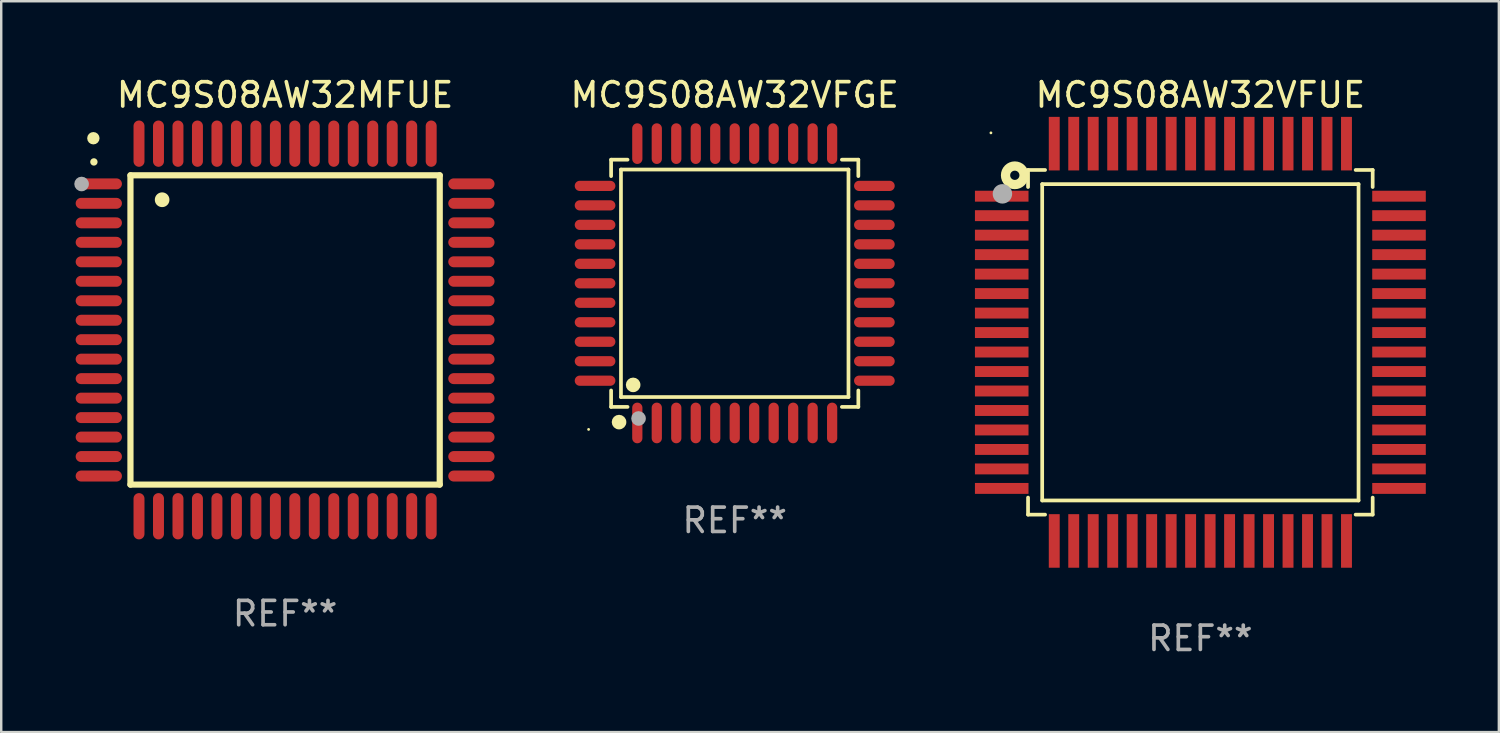
<source format=kicad_pcb>
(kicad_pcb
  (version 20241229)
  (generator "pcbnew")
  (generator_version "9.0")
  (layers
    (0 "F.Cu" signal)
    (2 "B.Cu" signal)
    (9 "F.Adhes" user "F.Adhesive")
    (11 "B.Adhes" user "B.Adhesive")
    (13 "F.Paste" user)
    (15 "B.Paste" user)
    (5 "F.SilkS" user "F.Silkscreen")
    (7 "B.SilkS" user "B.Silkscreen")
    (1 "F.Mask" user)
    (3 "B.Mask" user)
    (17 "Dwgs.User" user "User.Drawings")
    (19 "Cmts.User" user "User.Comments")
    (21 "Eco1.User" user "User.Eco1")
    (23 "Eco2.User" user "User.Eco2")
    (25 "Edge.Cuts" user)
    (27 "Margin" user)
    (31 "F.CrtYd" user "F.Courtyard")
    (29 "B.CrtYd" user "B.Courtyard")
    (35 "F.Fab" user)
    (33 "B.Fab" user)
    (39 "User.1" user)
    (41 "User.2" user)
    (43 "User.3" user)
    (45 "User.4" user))
  (footprint "MC9S08AW32VFUE"
    (layer "F.Cu")
    (at 46.241 11.006)
    (property "Reference" "MC9S08AW32VFUE" (at 0 -10.157 0) (layer "F.SilkS") (effects (font (size 1 1) (thickness 0.15))))
    (attr through_hole)
    (fp_line (start -7.076 -7.076) (end -6.376 -7.076) (stroke (width 0.152) (type solid)) (layer "F.SilkS"))
    (fp_line (start -7.076 -6.376) (end -7.076 -7.076) (stroke (width 0.152) (type solid)) (layer "F.SilkS"))
    (fp_line (start -7.076 6.376) (end -7.076 7.076) (stroke (width 0.152) (type solid)) (layer "F.SilkS"))
    (fp_line (start -7.076 7.076) (end -6.376 7.076) (stroke (width 0.152) (type solid)) (layer "F.SilkS"))
    (fp_line (start -6.495 -6.495) (end 6.495 -6.495) (stroke (width 0.152) (type solid)) (layer "F.SilkS"))
    (fp_line (start -6.495 6.495) (end -6.495 -6.495) (stroke (width 0.152) (type solid)) (layer "F.SilkS"))
    (fp_line (start 6.495 -6.495) (end 6.495 6.495) (stroke (width 0.152) (type solid)) (layer "F.SilkS"))
    (fp_line (start 6.495 6.495) (end -6.495 6.495) (stroke (width 0.152) (type solid)) (layer "F.SilkS"))
    (fp_line (start 7.076 -7.076) (end 6.376 -7.076) (stroke (width 0.152) (type solid)) (layer "F.SilkS"))
    (fp_line (start 7.076 -6.376) (end 7.076 -7.076) (stroke (width 0.152) (type solid)) (layer "F.SilkS"))
    (fp_line (start 7.076 6.376) (end 7.076 7.076) (stroke (width 0.152) (type solid)) (layer "F.SilkS"))
    (fp_line (start 7.076 7.076) (end 6.376 7.076) (stroke (width 0.152) (type solid)) (layer "F.SilkS"))
    (fp_circle (center -8.6 -8.6) (end -8.57 -8.6) (stroke (width 0.06) (type solid)) (fill no) (layer "F.SilkS"))
    (fp_circle (center -7.62 -6.858) (end -7.43 -6.858) (stroke (width 0.381) (type solid)) (fill no) (layer "F.SilkS"))
    (fp_circle (center -8.128 -6.096) (end -7.928 -6.096) (stroke (width 0.4) (type solid)) (fill no) (layer "F.Fab"))
    (fp_text user "REF**" (at 0 12.157 0) (layer "F.Fab") (effects (font (size 1 1) (thickness 0.15))))
    (pad "1" smd rect (at -8.157 -6) (size 2.2 0.448) (layers "F.Cu" "F.Mask" "F.Paste"))
    (pad "2" smd rect (at -8.157 -5.2) (size 2.2 0.448) (layers "F.Cu" "F.Mask" "F.Paste"))
    (pad "3" smd rect (at -8.157 -4.4) (size 2.2 0.448) (layers "F.Cu" "F.Mask" "F.Paste"))
    (pad "4" smd rect (at -8.157 -3.6) (size 2.2 0.448) (layers "F.Cu" "F.Mask" "F.Paste"))
    (pad "5" smd rect (at -8.157 -2.8) (size 2.2 0.448) (layers "F.Cu" "F.Mask" "F.Paste"))
    (pad "6" smd rect (at -8.157 -2) (size 2.2 0.448) (layers "F.Cu" "F.Mask" "F.Paste"))
    (pad "7" smd rect (at -8.157 -1.2) (size 2.2 0.448) (layers "F.Cu" "F.Mask" "F.Paste"))
    (pad "8" smd rect (at -8.157 -0.4) (size 2.2 0.448) (layers "F.Cu" "F.Mask" "F.Paste"))
    (pad "9" smd rect (at -8.157 0.4) (size 2.2 0.448) (layers "F.Cu" "F.Mask" "F.Paste"))
    (pad "10" smd rect (at -8.157 1.2) (size 2.2 0.448) (layers "F.Cu" "F.Mask" "F.Paste"))
    (pad "11" smd rect (at -8.157 2) (size 2.2 0.448) (layers "F.Cu" "F.Mask" "F.Paste"))
    (pad "12" smd rect (at -8.157 2.8) (size 2.2 0.448) (layers "F.Cu" "F.Mask" "F.Paste"))
    (pad "13" smd rect (at -8.157 3.6) (size 2.2 0.448) (layers "F.Cu" "F.Mask" "F.Paste"))
    (pad "14" smd rect (at -8.157 4.4) (size 2.2 0.448) (layers "F.Cu" "F.Mask" "F.Paste"))
    (pad "15" smd rect (at -8.157 5.2) (size 2.2 0.448) (layers "F.Cu" "F.Mask" "F.Paste"))
    (pad "16" smd rect (at -8.157 6) (size 2.2 0.448) (layers "F.Cu" "F.Mask" "F.Paste"))
    (pad "17" smd rect (at -6 8.157) (size 0.448 2.2) (layers "F.Cu" "F.Mask" "F.Paste"))
    (pad "18" smd rect (at -5.2 8.157) (size 0.448 2.2) (layers "F.Cu" "F.Mask" "F.Paste"))
    (pad "19" smd rect (at -4.4 8.157) (size 0.448 2.2) (layers "F.Cu" "F.Mask" "F.Paste"))
    (pad "20" smd rect (at -3.6 8.157) (size 0.448 2.2) (layers "F.Cu" "F.Mask" "F.Paste"))
    (pad "21" smd rect (at -2.8 8.157) (size 0.448 2.2) (layers "F.Cu" "F.Mask" "F.Paste"))
    (pad "22" smd rect (at -2 8.157) (size 0.448 2.2) (layers "F.Cu" "F.Mask" "F.Paste"))
    (pad "23" smd rect (at -1.2 8.157) (size 0.448 2.2) (layers "F.Cu" "F.Mask" "F.Paste"))
    (pad "24" smd rect (at -0.4 8.157) (size 0.448 2.2) (layers "F.Cu" "F.Mask" "F.Paste"))
    (pad "25" smd rect (at 0.4 8.157) (size 0.448 2.2) (layers "F.Cu" "F.Mask" "F.Paste"))
    (pad "26" smd rect (at 1.2 8.157) (size 0.448 2.2) (layers "F.Cu" "F.Mask" "F.Paste"))
    (pad "27" smd rect (at 2 8.157) (size 0.448 2.2) (layers "F.Cu" "F.Mask" "F.Paste"))
    (pad "28" smd rect (at 2.8 8.157) (size 0.448 2.2) (layers "F.Cu" "F.Mask" "F.Paste"))
    (pad "29" smd rect (at 3.6 8.157) (size 0.448 2.2) (layers "F.Cu" "F.Mask" "F.Paste"))
    (pad "30" smd rect (at 4.4 8.157) (size 0.448 2.2) (layers "F.Cu" "F.Mask" "F.Paste"))
    (pad "31" smd rect (at 5.2 8.157) (size 0.448 2.2) (layers "F.Cu" "F.Mask" "F.Paste"))
    (pad "32" smd rect (at 6 8.157) (size 0.448 2.2) (layers "F.Cu" "F.Mask" "F.Paste"))
    (pad "33" smd rect (at 8.157 6) (size 2.2 0.448) (layers "F.Cu" "F.Mask" "F.Paste"))
    (pad "34" smd rect (at 8.157 5.2) (size 2.2 0.448) (layers "F.Cu" "F.Mask" "F.Paste"))
    (pad "35" smd rect (at 8.157 4.4) (size 2.2 0.448) (layers "F.Cu" "F.Mask" "F.Paste"))
    (pad "36" smd rect (at 8.157 3.6) (size 2.2 0.448) (layers "F.Cu" "F.Mask" "F.Paste"))
    (pad "37" smd rect (at 8.157 2.8) (size 2.2 0.448) (layers "F.Cu" "F.Mask" "F.Paste"))
    (pad "38" smd rect (at 8.157 2) (size 2.2 0.448) (layers "F.Cu" "F.Mask" "F.Paste"))
    (pad "39" smd rect (at 8.157 1.2) (size 2.2 0.448) (layers "F.Cu" "F.Mask" "F.Paste"))
    (pad "40" smd rect (at 8.157 0.4) (size 2.2 0.448) (layers "F.Cu" "F.Mask" "F.Paste"))
    (pad "41" smd rect (at 8.157 -0.4) (size 2.2 0.448) (layers "F.Cu" "F.Mask" "F.Paste"))
    (pad "42" smd rect (at 8.157 -1.2) (size 2.2 0.448) (layers "F.Cu" "F.Mask" "F.Paste"))
    (pad "43" smd rect (at 8.157 -2) (size 2.2 0.448) (layers "F.Cu" "F.Mask" "F.Paste"))
    (pad "44" smd rect (at 8.157 -2.8) (size 2.2 0.448) (layers "F.Cu" "F.Mask" "F.Paste"))
    (pad "45" smd rect (at 8.157 -3.6) (size 2.2 0.448) (layers "F.Cu" "F.Mask" "F.Paste"))
    (pad "46" smd rect (at 8.157 -4.4) (size 2.2 0.448) (layers "F.Cu" "F.Mask" "F.Paste"))
    (pad "47" smd rect (at 8.157 -5.2) (size 2.2 0.448) (layers "F.Cu" "F.Mask" "F.Paste"))
    (pad "48" smd rect (at 8.157 -6) (size 2.2 0.448) (layers "F.Cu" "F.Mask" "F.Paste"))
    (pad "49" smd rect (at 6 -8.157) (size 0.448 2.2) (layers "F.Cu" "F.Mask" "F.Paste"))
    (pad "50" smd rect (at 5.2 -8.157) (size 0.448 2.2) (layers "F.Cu" "F.Mask" "F.Paste"))
    (pad "51" smd rect (at 4.4 -8.157) (size 0.448 2.2) (layers "F.Cu" "F.Mask" "F.Paste"))
    (pad "52" smd rect (at 3.6 -8.157) (size 0.448 2.2) (layers "F.Cu" "F.Mask" "F.Paste"))
    (pad "53" smd rect (at 2.8 -8.157) (size 0.448 2.2) (layers "F.Cu" "F.Mask" "F.Paste"))
    (pad "54" smd rect (at 2 -8.157) (size 0.448 2.2) (layers "F.Cu" "F.Mask" "F.Paste"))
    (pad "55" smd rect (at 1.2 -8.157) (size 0.448 2.2) (layers "F.Cu" "F.Mask" "F.Paste"))
    (pad "56" smd rect (at 0.4 -8.157) (size 0.448 2.2) (layers "F.Cu" "F.Mask" "F.Paste"))
    (pad "57" smd rect (at -0.4 -8.157) (size 0.448 2.2) (layers "F.Cu" "F.Mask" "F.Paste"))
    (pad "58" smd rect (at -1.2 -8.157) (size 0.448 2.2) (layers "F.Cu" "F.Mask" "F.Paste"))
    (pad "59" smd rect (at -2 -8.157) (size 0.448 2.2) (layers "F.Cu" "F.Mask" "F.Paste"))
    (pad "60" smd rect (at -2.8 -8.157) (size 0.448 2.2) (layers "F.Cu" "F.Mask" "F.Paste"))
    (pad "61" smd rect (at -3.6 -8.157) (size 0.448 2.2) (layers "F.Cu" "F.Mask" "F.Paste"))
    (pad "62" smd rect (at -4.4 -8.157) (size 0.448 2.2) (layers "F.Cu" "F.Mask" "F.Paste"))
    (pad "63" smd rect (at -5.2 -8.157) (size 0.448 2.2) (layers "F.Cu" "F.Mask" "F.Paste"))
    (pad "64" smd rect (at -6 -8.157) (size 0.448 2.2) (layers "F.Cu" "F.Mask" "F.Paste")))
  (footprint "MC9S08AW32MFUE"
    (layer "F.Cu")
    (at 8.657 10.499)
    (property "Reference" "MC9S08AW32MFUE" (at 0 -9.65 0) (layer "F.SilkS") (effects (font (size 1 1) (thickness 0.15))))
    (attr through_hole)
    (fp_line (start -6.35 -6.35) (end 6.35 -6.35) (stroke (width 0.254) (type solid)) (layer "F.SilkS"))
    (fp_line (start -6.35 6.35) (end -6.35 -6.35) (stroke (width 0.254) (type solid)) (layer "F.SilkS"))
    (fp_line (start 6.35 -6.35) (end 6.35 6.35) (stroke (width 0.254) (type solid)) (layer "F.SilkS"))
    (fp_line (start 6.35 6.35) (end -6.35 6.35) (stroke (width 0.254) (type solid)) (layer "F.SilkS"))
    (fp_arc (start -7.851156 -6.898654) (mid -7.851161 -6.899924) (end -7.851156 -6.901194) (stroke (width 0.3) (type solid)) (layer "F.SilkS"))
    (fp_arc (start -5.04953 -5.344171) (mid -5.049541 -5.346711) (end -5.04953 -5.349251) (stroke (width 0.6) (type solid)) (layer "F.SilkS"))
    (fp_circle (center -7.873 -7.873) (end -7.746 -7.873) (stroke (width 0.254) (type solid)) (fill no) (layer "F.SilkS"))
    (fp_circle (center -8.357 -5.994) (end -8.207 -5.994) (stroke (width 0.3) (type solid)) (fill no) (layer "F.Fab"))
    (fp_text user "REF**" (at 0 11.65 0) (layer "F.Fab") (effects (font (size 1 1) (thickness 0.15))))
    (pad "1" smd oval (at -7.65 -5.999 90) (size 0.45 1.9) (layers "F.Cu" "F.Mask" "F.Paste"))
    (pad "2" smd oval (at -7.65 -5.199 90) (size 0.45 1.9) (layers "F.Cu" "F.Mask" "F.Paste"))
    (pad "3" smd oval (at -7.65 -4.399 90) (size 0.45 1.9) (layers "F.Cu" "F.Mask" "F.Paste"))
    (pad "4" smd oval (at -7.65 -3.599 90) (size 0.45 1.9) (layers "F.Cu" "F.Mask" "F.Paste"))
    (pad "5" smd oval (at -7.65 -2.799 90) (size 0.45 1.9) (layers "F.Cu" "F.Mask" "F.Paste"))
    (pad "6" smd oval (at -7.65 -1.999 90) (size 0.45 1.9) (layers "F.Cu" "F.Mask" "F.Paste"))
    (pad "7" smd oval (at -7.65 -1.199 90) (size 0.45 1.9) (layers "F.Cu" "F.Mask" "F.Paste"))
    (pad "8" smd oval (at -7.65 -0.399 90) (size 0.45 1.9) (layers "F.Cu" "F.Mask" "F.Paste"))
    (pad "9" smd oval (at -7.65 0.399 90) (size 0.45 1.9) (layers "F.Cu" "F.Mask" "F.Paste"))
    (pad "10" smd oval (at -7.65 1.199 90) (size 0.45 1.9) (layers "F.Cu" "F.Mask" "F.Paste"))
    (pad "11" smd oval (at -7.65 1.999 90) (size 0.45 1.9) (layers "F.Cu" "F.Mask" "F.Paste"))
    (pad "12" smd oval (at -7.65 2.799 90) (size 0.45 1.9) (layers "F.Cu" "F.Mask" "F.Paste"))
    (pad "13" smd oval (at -7.65 3.599 90) (size 0.45 1.9) (layers "F.Cu" "F.Mask" "F.Paste"))
    (pad "14" smd oval (at -7.65 4.399 90) (size 0.45 1.9) (layers "F.Cu" "F.Mask" "F.Paste"))
    (pad "15" smd oval (at -7.65 5.199 90) (size 0.45 1.9) (layers "F.Cu" "F.Mask" "F.Paste"))
    (pad "16" smd oval (at -7.65 5.999 90) (size 0.45 1.9) (layers "F.Cu" "F.Mask" "F.Paste"))
    (pad "17" smd oval (at -5.999 7.65) (size 0.45 1.9) (layers "F.Cu" "F.Mask" "F.Paste"))
    (pad "18" smd oval (at -5.199 7.65) (size 0.45 1.9) (layers "F.Cu" "F.Mask" "F.Paste"))
    (pad "19" smd oval (at -4.399 7.65) (size 0.45 1.9) (layers "F.Cu" "F.Mask" "F.Paste"))
    (pad "20" smd oval (at -3.599 7.65) (size 0.45 1.9) (layers "F.Cu" "F.Mask" "F.Paste"))
    (pad "21" smd oval (at -2.799 7.65) (size 0.45 1.9) (layers "F.Cu" "F.Mask" "F.Paste"))
    (pad "22" smd oval (at -1.999 7.65) (size 0.45 1.9) (layers "F.Cu" "F.Mask" "F.Paste"))
    (pad "23" smd oval (at -1.199 7.65) (size 0.45 1.9) (layers "F.Cu" "F.Mask" "F.Paste"))
    (pad "24" smd oval (at -0.399 7.65) (size 0.45 1.9) (layers "F.Cu" "F.Mask" "F.Paste"))
    (pad "25" smd oval (at 0.399 7.65) (size 0.45 1.9) (layers "F.Cu" "F.Mask" "F.Paste"))
    (pad "26" smd oval (at 1.199 7.65) (size 0.45 1.9) (layers "F.Cu" "F.Mask" "F.Paste"))
    (pad "27" smd oval (at 1.999 7.65) (size 0.45 1.9) (layers "F.Cu" "F.Mask" "F.Paste"))
    (pad "28" smd oval (at 2.799 7.65) (size 0.45 1.9) (layers "F.Cu" "F.Mask" "F.Paste"))
    (pad "29" smd oval (at 3.599 7.65) (size 0.45 1.9) (layers "F.Cu" "F.Mask" "F.Paste"))
    (pad "30" smd oval (at 4.399 7.65) (size 0.45 1.9) (layers "F.Cu" "F.Mask" "F.Paste"))
    (pad "31" smd oval (at 5.199 7.65) (size 0.45 1.9) (layers "F.Cu" "F.Mask" "F.Paste"))
    (pad "32" smd oval (at 5.999 7.65) (size 0.45 1.9) (layers "F.Cu" "F.Mask" "F.Paste"))
    (pad "33" smd oval (at 7.65 5.999 90) (size 0.45 1.9) (layers "F.Cu" "F.Mask" "F.Paste"))
    (pad "34" smd oval (at 7.65 5.199 90) (size 0.45 1.9) (layers "F.Cu" "F.Mask" "F.Paste"))
    (pad "35" smd oval (at 7.65 4.399 90) (size 0.45 1.9) (layers "F.Cu" "F.Mask" "F.Paste"))
    (pad "36" smd oval (at 7.65 3.599 90) (size 0.45 1.9) (layers "F.Cu" "F.Mask" "F.Paste"))
    (pad "37" smd oval (at 7.65 2.799 90) (size 0.45 1.9) (layers "F.Cu" "F.Mask" "F.Paste"))
    (pad "38" smd oval (at 7.65 1.999 90) (size 0.45 1.9) (layers "F.Cu" "F.Mask" "F.Paste"))
    (pad "39" smd oval (at 7.65 1.199 90) (size 0.45 1.9) (layers "F.Cu" "F.Mask" "F.Paste"))
    (pad "40" smd oval (at 7.65 0.399 90) (size 0.45 1.9) (layers "F.Cu" "F.Mask" "F.Paste"))
    (pad "41" smd oval (at 7.65 -0.399 90) (size 0.45 1.9) (layers "F.Cu" "F.Mask" "F.Paste"))
    (pad "42" smd oval (at 7.65 -1.199 90) (size 0.45 1.9) (layers "F.Cu" "F.Mask" "F.Paste"))
    (pad "43" smd oval (at 7.65 -1.999 90) (size 0.45 1.9) (layers "F.Cu" "F.Mask" "F.Paste"))
    (pad "44" smd oval (at 7.65 -2.799 90) (size 0.45 1.9) (layers "F.Cu" "F.Mask" "F.Paste"))
    (pad "45" smd oval (at 7.65 -3.599 90) (size 0.45 1.9) (layers "F.Cu" "F.Mask" "F.Paste"))
    (pad "46" smd oval (at 7.65 -4.399 90) (size 0.45 1.9) (layers "F.Cu" "F.Mask" "F.Paste"))
    (pad "47" smd oval (at 7.65 -5.199 90) (size 0.45 1.9) (layers "F.Cu" "F.Mask" "F.Paste"))
    (pad "48" smd oval (at 7.65 -5.999 90) (size 0.45 1.9) (layers "F.Cu" "F.Mask" "F.Paste"))
    (pad "49" smd oval (at 5.999 -7.65) (size 0.45 1.9) (layers "F.Cu" "F.Mask" "F.Paste"))
    (pad "50" smd oval (at 5.199 -7.65) (size 0.45 1.9) (layers "F.Cu" "F.Mask" "F.Paste"))
    (pad "51" smd oval (at 4.399 -7.65) (size 0.45 1.9) (layers "F.Cu" "F.Mask" "F.Paste"))
    (pad "52" smd oval (at 3.599 -7.65) (size 0.45 1.9) (layers "F.Cu" "F.Mask" "F.Paste"))
    (pad "53" smd oval (at 2.799 -7.65) (size 0.45 1.9) (layers "F.Cu" "F.Mask" "F.Paste"))
    (pad "54" smd oval (at 1.999 -7.65) (size 0.45 1.9) (layers "F.Cu" "F.Mask" "F.Paste"))
    (pad "55" smd oval (at 1.199 -7.65) (size 0.45 1.9) (layers "F.Cu" "F.Mask" "F.Paste"))
    (pad "56" smd oval (at 0.399 -7.65) (size 0.45 1.9) (layers "F.Cu" "F.Mask" "F.Paste"))
    (pad "57" smd oval (at -0.399 -7.65) (size 0.45 1.9) (layers "F.Cu" "F.Mask" "F.Paste"))
    (pad "58" smd oval (at -1.199 -7.65) (size 0.45 1.9) (layers "F.Cu" "F.Mask" "F.Paste"))
    (pad "59" smd oval (at -1.999 -7.65) (size 0.45 1.9) (layers "F.Cu" "F.Mask" "F.Paste"))
    (pad "60" smd oval (at -2.799 -7.65) (size 0.45 1.9) (layers "F.Cu" "F.Mask" "F.Paste"))
    (pad "61" smd oval (at -3.599 -7.65) (size 0.45 1.9) (layers "F.Cu" "F.Mask" "F.Paste"))
    (pad "62" smd oval (at -4.399 -7.65) (size 0.45 1.9) (layers "F.Cu" "F.Mask" "F.Paste"))
    (pad "63" smd oval (at -5.199 -7.65) (size 0.45 1.9) (layers "F.Cu" "F.Mask" "F.Paste"))
    (pad "64" smd oval (at -5.999 -7.65) (size 0.45 1.9) (layers "F.Cu" "F.Mask" "F.Paste")))
  (footprint "MC9S08AW32VFGE"
    (layer "F.Cu")
    (at 27.12 8.583)
    (property "Reference" "MC9S08AW32VFGE" (at 0 -7.735 0) (layer "F.SilkS") (effects (font (size 1 1) (thickness 0.15))))
    (attr through_hole)
    (fp_line (start -5.076 -5.076) (end -4.401 -5.076) (stroke (width 0.152) (type solid)) (layer "F.SilkS"))
    (fp_line (start -5.076 -4.401) (end -5.076 -5.076) (stroke (width 0.152) (type solid)) (layer "F.SilkS"))
    (fp_line (start -5.076 4.401) (end -5.076 5.076) (stroke (width 0.152) (type solid)) (layer "F.SilkS"))
    (fp_line (start -5.076 5.076) (end -4.401 5.076) (stroke (width 0.152) (type solid)) (layer "F.SilkS"))
    (fp_line (start -4.671 -4.671) (end 4.671 -4.671) (stroke (width 0.152) (type solid)) (layer "F.SilkS"))
    (fp_line (start -4.671 4.671) (end -4.671 -4.671) (stroke (width 0.152) (type solid)) (layer "F.SilkS"))
    (fp_line (start 4.671 -4.671) (end 4.671 4.671) (stroke (width 0.152) (type solid)) (layer "F.SilkS"))
    (fp_line (start 4.671 4.671) (end -4.671 4.671) (stroke (width 0.152) (type solid)) (layer "F.SilkS"))
    (fp_line (start 5.076 -5.076) (end 4.401 -5.076) (stroke (width 0.152) (type solid)) (layer "F.SilkS"))
    (fp_line (start 5.076 -4.401) (end 5.076 -5.076) (stroke (width 0.152) (type solid)) (layer "F.SilkS"))
    (fp_line (start 5.076 4.401) (end 5.076 5.076) (stroke (width 0.152) (type solid)) (layer "F.SilkS"))
    (fp_line (start 5.076 5.076) (end 4.401 5.076) (stroke (width 0.152) (type solid)) (layer "F.SilkS"))
    (fp_circle (center -6 6) (end -5.97 6) (stroke (width 0.06) (type solid)) (fill no) (layer "F.SilkS"))
    (fp_circle (center -4.75 5.7) (end -4.6 5.7) (stroke (width 0.3) (type solid)) (fill no) (layer "F.SilkS"))
    (fp_circle (center -4.171 4.171) (end -4.021 4.171) (stroke (width 0.3) (type solid)) (fill no) (layer "F.SilkS"))
    (fp_circle (center -3.95 5.55) (end -3.8 5.55) (stroke (width 0.3) (type solid)) (fill no) (layer "F.Fab"))
    (fp_text user "REF**" (at 0 9.735 0) (layer "F.Fab") (effects (font (size 1 1) (thickness 0.15))))
    (pad "1" smd oval (at -4 5.735) (size 0.42 1.67) (layers "F.Cu" "F.Mask" "F.Paste"))
    (pad "2" smd oval (at -3.2 5.735) (size 0.42 1.67) (layers "F.Cu" "F.Mask" "F.Paste"))
    (pad "3" smd oval (at -2.4 5.735) (size 0.42 1.67) (layers "F.Cu" "F.Mask" "F.Paste"))
    (pad "4" smd oval (at -1.6 5.735) (size 0.42 1.67) (layers "F.Cu" "F.Mask" "F.Paste"))
    (pad "5" smd oval (at -0.8 5.735) (size 0.42 1.67) (layers "F.Cu" "F.Mask" "F.Paste"))
    (pad "6" smd oval (at 0 5.735) (size 0.42 1.67) (layers "F.Cu" "F.Mask" "F.Paste"))
    (pad "7" smd oval (at 0.8 5.735) (size 0.42 1.67) (layers "F.Cu" "F.Mask" "F.Paste"))
    (pad "8" smd oval (at 1.6 5.735) (size 0.42 1.67) (layers "F.Cu" "F.Mask" "F.Paste"))
    (pad "9" smd oval (at 2.4 5.735) (size 0.42 1.67) (layers "F.Cu" "F.Mask" "F.Paste"))
    (pad "10" smd oval (at 3.2 5.735) (size 0.42 1.67) (layers "F.Cu" "F.Mask" "F.Paste"))
    (pad "11" smd oval (at 4 5.735) (size 0.42 1.67) (layers "F.Cu" "F.Mask" "F.Paste"))
    (pad "12" smd oval (at 5.735 4) (size 1.67 0.42) (layers "F.Cu" "F.Mask" "F.Paste"))
    (pad "13" smd oval (at 5.735 3.2) (size 1.67 0.42) (layers "F.Cu" "F.Mask" "F.Paste"))
    (pad "14" smd oval (at 5.735 2.4) (size 1.67 0.42) (layers "F.Cu" "F.Mask" "F.Paste"))
    (pad "15" smd oval (at 5.735 1.6) (size 1.67 0.42) (layers "F.Cu" "F.Mask" "F.Paste"))
    (pad "16" smd oval (at 5.735 0.8) (size 1.67 0.42) (layers "F.Cu" "F.Mask" "F.Paste"))
    (pad "17" smd oval (at 5.735 0) (size 1.67 0.42) (layers "F.Cu" "F.Mask" "F.Paste"))
    (pad "18" smd oval (at 5.735 -0.8) (size 1.67 0.42) (layers "F.Cu" "F.Mask" "F.Paste"))
    (pad "19" smd oval (at 5.735 -1.6) (size 1.67 0.42) (layers "F.Cu" "F.Mask" "F.Paste"))
    (pad "20" smd oval (at 5.735 -2.4) (size 1.67 0.42) (layers "F.Cu" "F.Mask" "F.Paste"))
    (pad "21" smd oval (at 5.735 -3.2) (size 1.67 0.42) (layers "F.Cu" "F.Mask" "F.Paste"))
    (pad "22" smd oval (at 5.735 -4) (size 1.67 0.42) (layers "F.Cu" "F.Mask" "F.Paste"))
    (pad "23" smd oval (at 4 -5.735) (size 0.42 1.67) (layers "F.Cu" "F.Mask" "F.Paste"))
    (pad "24" smd oval (at 3.2 -5.735) (size 0.42 1.67) (layers "F.Cu" "F.Mask" "F.Paste"))
    (pad "25" smd oval (at 2.4 -5.735) (size 0.42 1.67) (layers "F.Cu" "F.Mask" "F.Paste"))
    (pad "26" smd oval (at 1.6 -5.735) (size 0.42 1.67) (layers "F.Cu" "F.Mask" "F.Paste"))
    (pad "27" smd oval (at 0.8 -5.735) (size 0.42 1.67) (layers "F.Cu" "F.Mask" "F.Paste"))
    (pad "28" smd oval (at 0 -5.735) (size 0.42 1.67) (layers "F.Cu" "F.Mask" "F.Paste"))
    (pad "29" smd oval (at -0.8 -5.735) (size 0.42 1.67) (layers "F.Cu" "F.Mask" "F.Paste"))
    (pad "30" smd oval (at -1.6 -5.735) (size 0.42 1.67) (layers "F.Cu" "F.Mask" "F.Paste"))
    (pad "31" smd oval (at -2.4 -5.735) (size 0.42 1.67) (layers "F.Cu" "F.Mask" "F.Paste"))
    (pad "32" smd oval (at -3.2 -5.735) (size 0.42 1.67) (layers "F.Cu" "F.Mask" "F.Paste"))
    (pad "33" smd oval (at -4 -5.735) (size 0.42 1.67) (layers "F.Cu" "F.Mask" "F.Paste"))
    (pad "34" smd oval (at -5.735 -4) (size 1.67 0.42) (layers "F.Cu" "F.Mask" "F.Paste"))
    (pad "35" smd oval (at -5.735 -3.2) (size 1.67 0.42) (layers "F.Cu" "F.Mask" "F.Paste"))
    (pad "36" smd oval (at -5.735 -2.4) (size 1.67 0.42) (layers "F.Cu" "F.Mask" "F.Paste"))
    (pad "37" smd oval (at -5.735 -1.6) (size 1.67 0.42) (layers "F.Cu" "F.Mask" "F.Paste"))
    (pad "38" smd oval (at -5.735 -0.8) (size 1.67 0.42) (layers "F.Cu" "F.Mask" "F.Paste"))
    (pad "39" smd oval (at -5.735 0) (size 1.67 0.42) (layers "F.Cu" "F.Mask" "F.Paste"))
    (pad "40" smd oval (at -5.735 0.8) (size 1.67 0.42) (layers "F.Cu" "F.Mask" "F.Paste"))
    (pad "41" smd oval (at -5.735 1.6) (size 1.67 0.42) (layers "F.Cu" "F.Mask" "F.Paste"))
    (pad "42" smd oval (at -5.735 2.4) (size 1.67 0.42) (layers "F.Cu" "F.Mask" "F.Paste"))
    (pad "43" smd oval (at -5.735 3.2) (size 1.67 0.42) (layers "F.Cu" "F.Mask" "F.Paste"))
    (pad "44" smd oval (at -5.735 4) (size 1.67 0.42) (layers "F.Cu" "F.Mask" "F.Paste")))
  (gr_rect
    (start -3 -3)
    (end 58.498 27.011)
    (stroke (width 0.1) (type default))
    (fill no)
    (layer "Edge.Cuts")))
</source>
